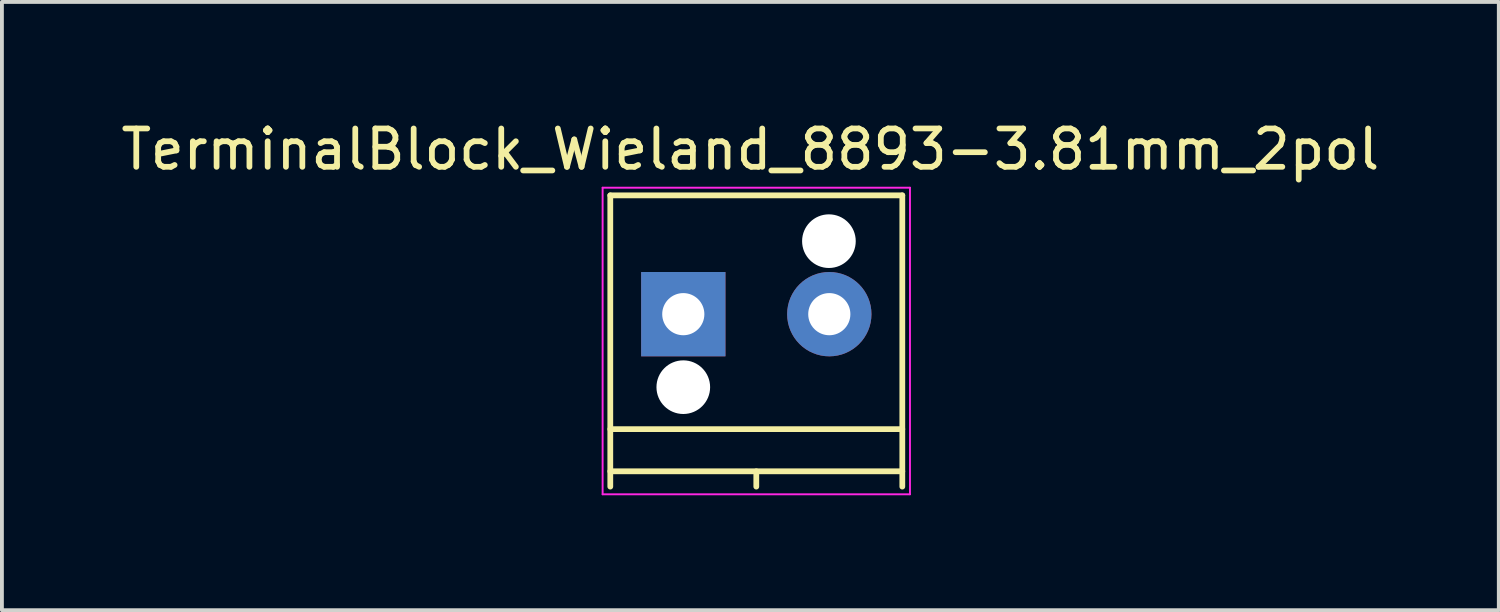
<source format=kicad_pcb>
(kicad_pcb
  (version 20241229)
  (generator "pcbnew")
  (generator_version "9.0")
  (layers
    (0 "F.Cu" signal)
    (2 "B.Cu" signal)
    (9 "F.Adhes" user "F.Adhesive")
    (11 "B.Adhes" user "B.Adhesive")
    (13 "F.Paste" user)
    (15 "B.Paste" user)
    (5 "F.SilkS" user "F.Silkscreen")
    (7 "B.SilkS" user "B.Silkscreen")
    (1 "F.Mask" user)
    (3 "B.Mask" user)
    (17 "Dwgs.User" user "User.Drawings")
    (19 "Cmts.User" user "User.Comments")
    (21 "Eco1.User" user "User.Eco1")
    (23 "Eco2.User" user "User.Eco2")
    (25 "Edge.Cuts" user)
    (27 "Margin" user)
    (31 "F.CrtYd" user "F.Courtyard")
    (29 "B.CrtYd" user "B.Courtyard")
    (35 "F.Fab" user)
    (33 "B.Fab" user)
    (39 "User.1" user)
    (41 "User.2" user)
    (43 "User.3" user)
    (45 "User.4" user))
  (footprint "TerminalBlock_Wieland_8893-3.81mm_2pol"
    (layer "F.Cu")
    (at 14.78 5.148)
    (property "Reference" "TerminalBlock_Wieland_8893-3.81mm_2pol" (at 1.75 -4.3 0) (layer "F.SilkS") (effects (font (size 1 1) (thickness 0.15))))
    (attr through_hole)
    (fp_line (start -1.905 -3.1) (end -1.905 4.5) (stroke (width 0.15) (type solid)) (layer "F.SilkS"))
    (fp_line (start -1.905 3) (end 5.715 3) (stroke (width 0.15) (type solid)) (layer "F.SilkS"))
    (fp_line (start -1.905 4.1) (end 5.715 4.1) (stroke (width 0.15) (type solid)) (layer "F.SilkS"))
    (fp_line (start 1.905 4.1) (end 1.905 4.5) (stroke (width 0.15) (type solid)) (layer "F.SilkS"))
    (fp_line (start 5.715 -3.1) (end -1.905 -3.1) (stroke (width 0.15) (type solid)) (layer "F.SilkS"))
    (fp_line (start 5.715 4.5) (end 5.715 -3.1) (stroke (width 0.15) (type solid)) (layer "F.SilkS"))
    (fp_line (start -2.105 -3.3) (end 5.915 -3.3) (stroke (width 0.05) (type solid)) (layer "F.CrtYd"))
    (fp_line (start -2.105 4.7) (end -2.105 -3.3) (stroke (width 0.05) (type solid)) (layer "F.CrtYd"))
    (fp_line (start 5.915 -3.3) (end 5.915 4.7) (stroke (width 0.05) (type solid)) (layer "F.CrtYd"))
    (fp_line (start 5.915 4.7) (end -2.105 4.7) (stroke (width 0.05) (type solid)) (layer "F.CrtYd"))
    (pad "" np_thru_hole circle (at 0 1.905) (size 1.4 1.4) (drill 1.4) (layers "*.Cu"))
    (pad "" np_thru_hole circle (at 3.8 -1.905) (size 1.4 1.4) (drill 1.4) (layers "*.Cu"))
    (pad "1" thru_hole rect (at 0 0) (size 2.2 2.2) (drill 1.1) (layers "*.Cu" "*.Mask"))
    (pad "2" thru_hole circle (at 3.81 0) (size 2.2 2.2) (drill 1.1) (layers "*.Cu" "*.Mask")))
  (gr_rect
    (start -3 -3)
    (end 36.06 12.873)
    (stroke (width 0.1) (type default))
    (fill no)
    (layer "Edge.Cuts")))
</source>
